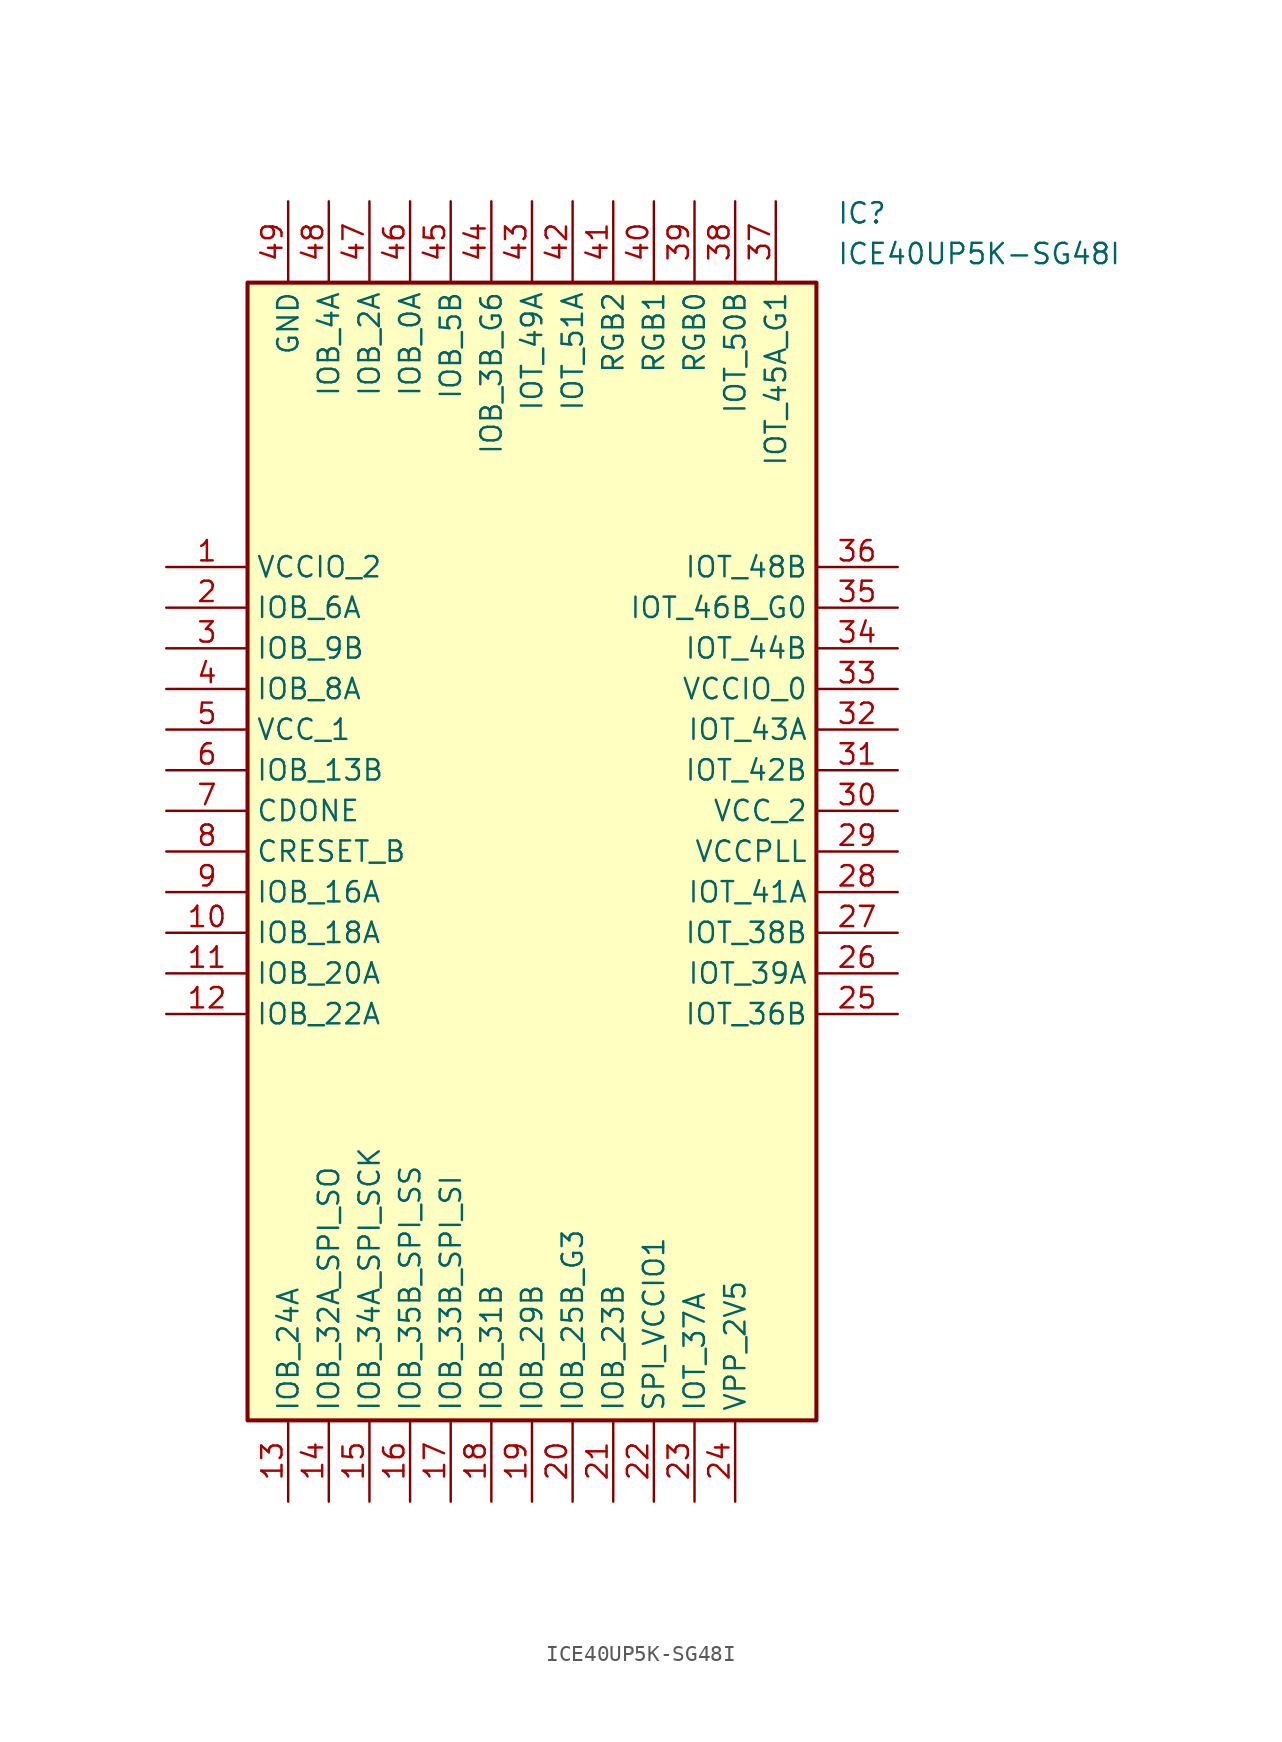
<source format=kicad_sym>
(kicad_symbol_lib
  (version 20211014)
  (generator SamacSys_ECAD_Model)
  (symbol "ICE40UP5K-SG48I"
    (property "Reference" "IC"
      (at 41.91 22.86 0)
      (effects (font (size 1.27 1.27)) (justify left top)))
    (property "Value" "ICE40UP5K-SG48I"
      (at 41.91 20.32 0)
      (effects (font (size 1.27 1.27)) (justify left top)))
    (rectangle
      (start 5.08 17.78)
      (end 40.64 -53.34)
      (stroke (width 0.254) (type default))
      (fill (type background)))
    (pin passive line
      (at 0 0 0)
      (length 5.08)
      (name "VCCIO_2" (effects (font (size 1.27 1.27))))
      (number "1" (effects (font (size 1.27 1.27)))))
    (pin passive line
      (at 0 -2.54 0)
      (length 5.08)
      (name "IOB_6A" (effects (font (size 1.27 1.27))))
      (number "2" (effects (font (size 1.27 1.27)))))
    (pin passive line
      (at 0 -5.08 0)
      (length 5.08)
      (name "IOB_9B" (effects (font (size 1.27 1.27))))
      (number "3" (effects (font (size 1.27 1.27)))))
    (pin passive line
      (at 0 -7.62 0)
      (length 5.08)
      (name "IOB_8A" (effects (font (size 1.27 1.27))))
      (number "4" (effects (font (size 1.27 1.27)))))
    (pin passive line
      (at 0 -10.16 0)
      (length 5.08)
      (name "VCC_1" (effects (font (size 1.27 1.27))))
      (number "5" (effects (font (size 1.27 1.27)))))
    (pin passive line
      (at 0 -12.7 0)
      (length 5.08)
      (name "IOB_13B" (effects (font (size 1.27 1.27))))
      (number "6" (effects (font (size 1.27 1.27)))))
    (pin passive line
      (at 0 -15.24 0)
      (length 5.08)
      (name "CDONE" (effects (font (size 1.27 1.27))))
      (number "7" (effects (font (size 1.27 1.27)))))
    (pin passive line
      (at 0 -17.78 0)
      (length 5.08)
      (name "CRESET_B" (effects (font (size 1.27 1.27))))
      (number "8" (effects (font (size 1.27 1.27)))))
    (pin passive line
      (at 0 -20.32 0)
      (length 5.08)
      (name "IOB_16A" (effects (font (size 1.27 1.27))))
      (number "9" (effects (font (size 1.27 1.27)))))
    (pin passive line
      (at 0 -22.86 0)
      (length 5.08)
      (name "IOB_18A" (effects (font (size 1.27 1.27))))
      (number "10" (effects (font (size 1.27 1.27)))))
    (pin passive line
      (at 0 -25.4 0)
      (length 5.08)
      (name "IOB_20A" (effects (font (size 1.27 1.27))))
      (number "11" (effects (font (size 1.27 1.27)))))
    (pin passive line
      (at 0 -27.94 0)
      (length 5.08)
      (name "IOB_22A" (effects (font (size 1.27 1.27))))
      (number "12" (effects (font (size 1.27 1.27)))))
    (pin passive line
      (at 7.62 -58.42 90)
      (length 5.08)
      (name "IOB_24A" (effects (font (size 1.27 1.27))))
      (number "13" (effects (font (size 1.27 1.27)))))
    (pin passive line
      (at 10.16 -58.42 90)
      (length 5.08)
      (name "IOB_32A_SPI_SO" (effects (font (size 1.27 1.27))))
      (number "14" (effects (font (size 1.27 1.27)))))
    (pin passive line
      (at 12.7 -58.42 90)
      (length 5.08)
      (name "IOB_34A_SPI_SCK" (effects (font (size 1.27 1.27))))
      (number "15" (effects (font (size 1.27 1.27)))))
    (pin passive line
      (at 15.24 -58.42 90)
      (length 5.08)
      (name "IOB_35B_SPI_SS" (effects (font (size 1.27 1.27))))
      (number "16" (effects (font (size 1.27 1.27)))))
    (pin passive line
      (at 17.78 -58.42 90)
      (length 5.08)
      (name "IOB_33B_SPI_SI" (effects (font (size 1.27 1.27))))
      (number "17" (effects (font (size 1.27 1.27)))))
    (pin passive line
      (at 20.32 -58.42 90)
      (length 5.08)
      (name "IOB_31B" (effects (font (size 1.27 1.27))))
      (number "18" (effects (font (size 1.27 1.27)))))
    (pin passive line
      (at 22.86 -58.42 90)
      (length 5.08)
      (name "IOB_29B" (effects (font (size 1.27 1.27))))
      (number "19" (effects (font (size 1.27 1.27)))))
    (pin passive line
      (at 25.4 -58.42 90)
      (length 5.08)
      (name "IOB_25B_G3" (effects (font (size 1.27 1.27))))
      (number "20" (effects (font (size 1.27 1.27)))))
    (pin passive line
      (at 27.94 -58.42 90)
      (length 5.08)
      (name "IOB_23B" (effects (font (size 1.27 1.27))))
      (number "21" (effects (font (size 1.27 1.27)))))
    (pin passive line
      (at 30.48 -58.42 90)
      (length 5.08)
      (name "SPI_VCCIO1" (effects (font (size 1.27 1.27))))
      (number "22" (effects (font (size 1.27 1.27)))))
    (pin passive line
      (at 33.02 -58.42 90)
      (length 5.08)
      (name "IOT_37A" (effects (font (size 1.27 1.27))))
      (number "23" (effects (font (size 1.27 1.27)))))
    (pin passive line
      (at 35.56 -58.42 90)
      (length 5.08)
      (name "VPP_2V5" (effects (font (size 1.27 1.27))))
      (number "24" (effects (font (size 1.27 1.27)))))
    (pin passive line
      (at 45.72 0 180)
      (length 5.08)
      (name "IOT_48B" (effects (font (size 1.27 1.27))))
      (number "36" (effects (font (size 1.27 1.27)))))
    (pin passive line
      (at 45.72 -2.54 180)
      (length 5.08)
      (name "IOT_46B_G0" (effects (font (size 1.27 1.27))))
      (number "35" (effects (font (size 1.27 1.27)))))
    (pin passive line
      (at 45.72 -5.08 180)
      (length 5.08)
      (name "IOT_44B" (effects (font (size 1.27 1.27))))
      (number "34" (effects (font (size 1.27 1.27)))))
    (pin passive line
      (at 45.72 -7.62 180)
      (length 5.08)
      (name "VCCIO_0" (effects (font (size 1.27 1.27))))
      (number "33" (effects (font (size 1.27 1.27)))))
    (pin passive line
      (at 45.72 -10.16 180)
      (length 5.08)
      (name "IOT_43A" (effects (font (size 1.27 1.27))))
      (number "32" (effects (font (size 1.27 1.27)))))
    (pin passive line
      (at 45.72 -12.7 180)
      (length 5.08)
      (name "IOT_42B" (effects (font (size 1.27 1.27))))
      (number "31" (effects (font (size 1.27 1.27)))))
    (pin passive line
      (at 45.72 -15.24 180)
      (length 5.08)
      (name "VCC_2" (effects (font (size 1.27 1.27))))
      (number "30" (effects (font (size 1.27 1.27)))))
    (pin passive line
      (at 45.72 -17.78 180)
      (length 5.08)
      (name "VCCPLL" (effects (font (size 1.27 1.27))))
      (number "29" (effects (font (size 1.27 1.27)))))
    (pin passive line
      (at 45.72 -20.32 180)
      (length 5.08)
      (name "IOT_41A" (effects (font (size 1.27 1.27))))
      (number "28" (effects (font (size 1.27 1.27)))))
    (pin passive line
      (at 45.72 -22.86 180)
      (length 5.08)
      (name "IOT_38B" (effects (font (size 1.27 1.27))))
      (number "27" (effects (font (size 1.27 1.27)))))
    (pin passive line
      (at 45.72 -25.4 180)
      (length 5.08)
      (name "IOT_39A" (effects (font (size 1.27 1.27))))
      (number "26" (effects (font (size 1.27 1.27)))))
    (pin passive line
      (at 45.72 -27.94 180)
      (length 5.08)
      (name "IOT_36B" (effects (font (size 1.27 1.27))))
      (number "25" (effects (font (size 1.27 1.27)))))
    (pin passive line
      (at 7.62 22.86 270)
      (length 5.08)
      (name "GND" (effects (font (size 1.27 1.27))))
      (number "49" (effects (font (size 1.27 1.27)))))
    (pin passive line
      (at 10.16 22.86 270)
      (length 5.08)
      (name "IOB_4A" (effects (font (size 1.27 1.27))))
      (number "48" (effects (font (size 1.27 1.27)))))
    (pin passive line
      (at 12.7 22.86 270)
      (length 5.08)
      (name "IOB_2A" (effects (font (size 1.27 1.27))))
      (number "47" (effects (font (size 1.27 1.27)))))
    (pin passive line
      (at 15.24 22.86 270)
      (length 5.08)
      (name "IOB_0A" (effects (font (size 1.27 1.27))))
      (number "46" (effects (font (size 1.27 1.27)))))
    (pin passive line
      (at 17.78 22.86 270)
      (length 5.08)
      (name "IOB_5B" (effects (font (size 1.27 1.27))))
      (number "45" (effects (font (size 1.27 1.27)))))
    (pin passive line
      (at 20.32 22.86 270)
      (length 5.08)
      (name "IOB_3B_G6" (effects (font (size 1.27 1.27))))
      (number "44" (effects (font (size 1.27 1.27)))))
    (pin passive line
      (at 22.86 22.86 270)
      (length 5.08)
      (name "IOT_49A" (effects (font (size 1.27 1.27))))
      (number "43" (effects (font (size 1.27 1.27)))))
    (pin passive line
      (at 25.4 22.86 270)
      (length 5.08)
      (name "IOT_51A" (effects (font (size 1.27 1.27))))
      (number "42" (effects (font (size 1.27 1.27)))))
    (pin passive line
      (at 27.94 22.86 270)
      (length 5.08)
      (name "RGB2" (effects (font (size 1.27 1.27))))
      (number "41" (effects (font (size 1.27 1.27)))))
    (pin passive line
      (at 30.48 22.86 270)
      (length 5.08)
      (name "RGB1" (effects (font (size 1.27 1.27))))
      (number "40" (effects (font (size 1.27 1.27)))))
    (pin passive line
      (at 33.02 22.86 270)
      (length 5.08)
      (name "RGB0" (effects (font (size 1.27 1.27))))
      (number "39" (effects (font (size 1.27 1.27)))))
    (pin passive line
      (at 35.56 22.86 270)
      (length 5.08)
      (name "IOT_50B" (effects (font (size 1.27 1.27))))
      (number "38" (effects (font (size 1.27 1.27)))))
    (pin passive line
      (at 38.1 22.86 270)
      (length 5.08)
      (name "IOT_45A_G1" (effects (font (size 1.27 1.27))))
      (number "37" (effects (font (size 1.27 1.27)))))))
</source>
